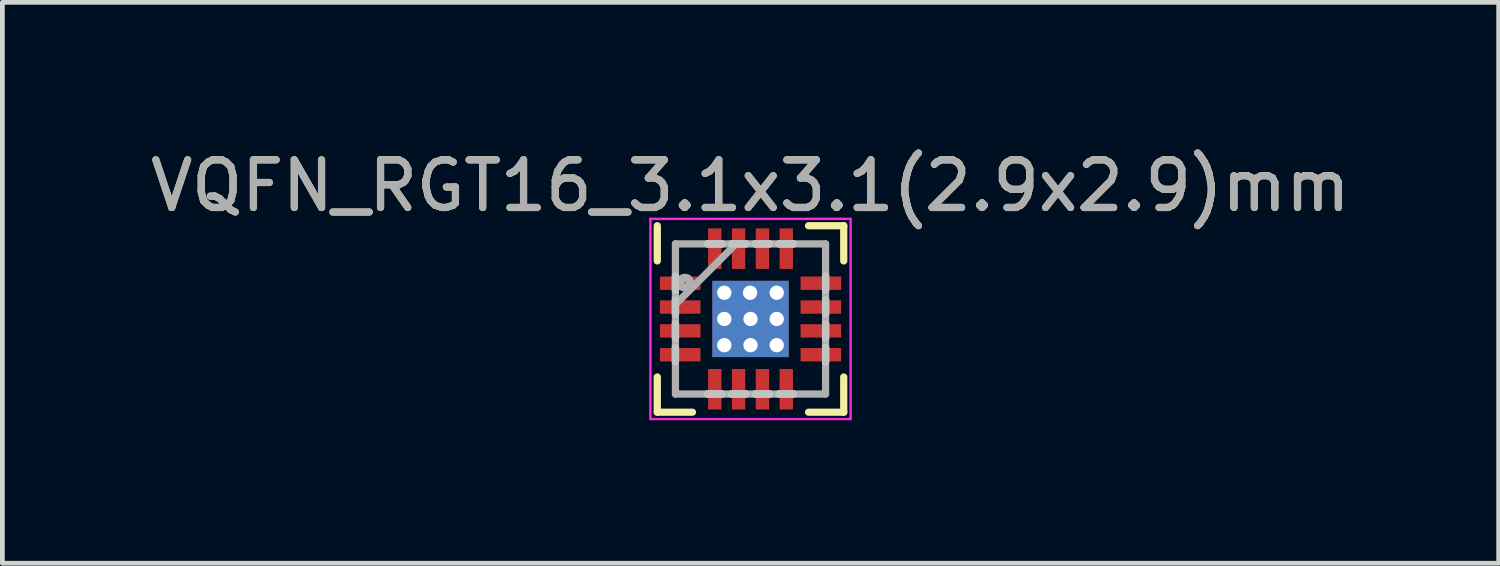
<source format=kicad_pcb>
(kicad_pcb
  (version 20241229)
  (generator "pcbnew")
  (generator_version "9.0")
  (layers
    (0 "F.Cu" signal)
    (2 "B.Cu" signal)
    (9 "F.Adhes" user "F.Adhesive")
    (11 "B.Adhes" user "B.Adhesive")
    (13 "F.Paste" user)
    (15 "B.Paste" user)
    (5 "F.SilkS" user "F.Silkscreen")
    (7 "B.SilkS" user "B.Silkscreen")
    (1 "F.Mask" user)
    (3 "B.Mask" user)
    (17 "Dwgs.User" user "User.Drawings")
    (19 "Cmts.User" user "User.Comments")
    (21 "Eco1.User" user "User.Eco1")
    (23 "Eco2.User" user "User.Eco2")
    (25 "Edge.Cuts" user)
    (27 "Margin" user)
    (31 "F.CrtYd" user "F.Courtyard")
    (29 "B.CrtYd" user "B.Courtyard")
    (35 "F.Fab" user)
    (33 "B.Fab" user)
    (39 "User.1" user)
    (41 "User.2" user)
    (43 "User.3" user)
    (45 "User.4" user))
  (footprint "VQFN_RGT16_3.1x3.1(2.9x2.9)mm"
    (layer "F.Cu")
    (at 12.696 3.642)
    (property "Reference" "VQFN_RGT16_3.1x3.1(2.9x2.9)mm" (at 0 -2.794 0) (layer "F.SilkS") (effects (font (size 1 1) (thickness 0.15))))
    (attr through_hole)
    (fp_line (start -1.956 -1.956) (end -1.956 -1.218) (stroke (width 0.152) (type solid)) (layer "F.SilkS"))
    (fp_line (start -1.956 1.218) (end -1.956 1.956) (stroke (width 0.152) (type solid)) (layer "F.SilkS"))
    (fp_line (start -1.956 1.956) (end -1.218 1.956) (stroke (width 0.152) (type solid)) (layer "F.SilkS"))
    (fp_line (start 1.218 1.956) (end 1.956 1.956) (stroke (width 0.152) (type solid)) (layer "F.SilkS"))
    (fp_line (start 1.956 -1.956) (end 1.218 -1.956) (stroke (width 0.152) (type solid)) (layer "F.SilkS"))
    (fp_line (start 1.956 -1.218) (end 1.956 -1.956) (stroke (width 0.152) (type solid)) (layer "F.SilkS"))
    (fp_line (start 1.956 1.956) (end 1.956 1.218) (stroke (width 0.152) (type solid)) (layer "F.SilkS"))
    (fp_line (start -1.575 -0.9) (end -1.575 -0.9) (stroke (width 0.152) (type solid)) (layer "Dwgs.User"))
    (fp_line (start -1.575 -0.9) (end -1.575 -0.6) (stroke (width 0.152) (type solid)) (layer "Dwgs.User"))
    (fp_line (start -1.575 -0.6) (end -1.575 -0.9) (stroke (width 0.152) (type solid)) (layer "Dwgs.User"))
    (fp_line (start -1.575 -0.6) (end -1.575 -0.6) (stroke (width 0.152) (type solid)) (layer "Dwgs.User"))
    (fp_line (start -1.575 -0.4) (end -1.575 -0.4) (stroke (width 0.152) (type solid)) (layer "Dwgs.User"))
    (fp_line (start -1.575 -0.4) (end -1.575 -0.1) (stroke (width 0.152) (type solid)) (layer "Dwgs.User"))
    (fp_line (start -1.575 -0.1) (end -1.575 -0.4) (stroke (width 0.152) (type solid)) (layer "Dwgs.User"))
    (fp_line (start -1.575 -0.1) (end -1.575 -0.1) (stroke (width 0.152) (type solid)) (layer "Dwgs.User"))
    (fp_line (start -1.575 0.1) (end -1.575 0.1) (stroke (width 0.152) (type solid)) (layer "Dwgs.User"))
    (fp_line (start -1.575 0.1) (end -1.575 0.4) (stroke (width 0.152) (type solid)) (layer "Dwgs.User"))
    (fp_line (start -1.575 0.4) (end -1.575 0.1) (stroke (width 0.152) (type solid)) (layer "Dwgs.User"))
    (fp_line (start -1.575 0.4) (end -1.575 0.4) (stroke (width 0.152) (type solid)) (layer "Dwgs.User"))
    (fp_line (start -1.575 0.6) (end -1.575 0.6) (stroke (width 0.152) (type solid)) (layer "Dwgs.User"))
    (fp_line (start -1.575 0.6) (end -1.575 0.9) (stroke (width 0.152) (type solid)) (layer "Dwgs.User"))
    (fp_line (start -1.575 0.9) (end -1.575 0.6) (stroke (width 0.152) (type solid)) (layer "Dwgs.User"))
    (fp_line (start -1.575 0.9) (end -1.575 0.9) (stroke (width 0.152) (type solid)) (layer "Dwgs.User"))
    (fp_line (start -0.9 -1.575) (end -0.9 -1.575) (stroke (width 0.152) (type solid)) (layer "Dwgs.User"))
    (fp_line (start -0.9 -1.575) (end -0.6 -1.575) (stroke (width 0.152) (type solid)) (layer "Dwgs.User"))
    (fp_line (start -0.9 1.575) (end -0.9 1.575) (stroke (width 0.152) (type solid)) (layer "Dwgs.User"))
    (fp_line (start -0.9 1.575) (end -0.6 1.575) (stroke (width 0.152) (type solid)) (layer "Dwgs.User"))
    (fp_line (start -0.6 -1.575) (end -0.9 -1.575) (stroke (width 0.152) (type solid)) (layer "Dwgs.User"))
    (fp_line (start -0.6 -1.575) (end -0.6 -1.575) (stroke (width 0.152) (type solid)) (layer "Dwgs.User"))
    (fp_line (start -0.6 1.575) (end -0.9 1.575) (stroke (width 0.152) (type solid)) (layer "Dwgs.User"))
    (fp_line (start -0.6 1.575) (end -0.6 1.575) (stroke (width 0.152) (type solid)) (layer "Dwgs.User"))
    (fp_line (start -0.4 -1.575) (end -0.4 -1.575) (stroke (width 0.152) (type solid)) (layer "Dwgs.User"))
    (fp_line (start -0.4 -1.575) (end -0.1 -1.575) (stroke (width 0.152) (type solid)) (layer "Dwgs.User"))
    (fp_line (start -0.4 1.575) (end -0.4 1.575) (stroke (width 0.152) (type solid)) (layer "Dwgs.User"))
    (fp_line (start -0.4 1.575) (end -0.1 1.575) (stroke (width 0.152) (type solid)) (layer "Dwgs.User"))
    (fp_line (start -0.1 -1.575) (end -0.4 -1.575) (stroke (width 0.152) (type solid)) (layer "Dwgs.User"))
    (fp_line (start -0.1 -1.575) (end -0.1 -1.575) (stroke (width 0.152) (type solid)) (layer "Dwgs.User"))
    (fp_line (start -0.1 1.575) (end -0.4 1.575) (stroke (width 0.152) (type solid)) (layer "Dwgs.User"))
    (fp_line (start -0.1 1.575) (end -0.1 1.575) (stroke (width 0.152) (type solid)) (layer "Dwgs.User"))
    (fp_line (start 0.1 -1.575) (end 0.1 -1.575) (stroke (width 0.152) (type solid)) (layer "Dwgs.User"))
    (fp_line (start 0.1 -1.575) (end 0.4 -1.575) (stroke (width 0.152) (type solid)) (layer "Dwgs.User"))
    (fp_line (start 0.1 1.575) (end 0.1 1.575) (stroke (width 0.152) (type solid)) (layer "Dwgs.User"))
    (fp_line (start 0.1 1.575) (end 0.4 1.575) (stroke (width 0.152) (type solid)) (layer "Dwgs.User"))
    (fp_line (start 0.4 -1.575) (end 0.1 -1.575) (stroke (width 0.152) (type solid)) (layer "Dwgs.User"))
    (fp_line (start 0.4 -1.575) (end 0.4 -1.575) (stroke (width 0.152) (type solid)) (layer "Dwgs.User"))
    (fp_line (start 0.4 1.575) (end 0.1 1.575) (stroke (width 0.152) (type solid)) (layer "Dwgs.User"))
    (fp_line (start 0.4 1.575) (end 0.4 1.575) (stroke (width 0.152) (type solid)) (layer "Dwgs.User"))
    (fp_line (start 0.6 -1.575) (end 0.6 -1.575) (stroke (width 0.152) (type solid)) (layer "Dwgs.User"))
    (fp_line (start 0.6 -1.575) (end 0.9 -1.575) (stroke (width 0.152) (type solid)) (layer "Dwgs.User"))
    (fp_line (start 0.6 1.575) (end 0.6 1.575) (stroke (width 0.152) (type solid)) (layer "Dwgs.User"))
    (fp_line (start 0.6 1.575) (end 0.9 1.575) (stroke (width 0.152) (type solid)) (layer "Dwgs.User"))
    (fp_line (start 0.9 -1.575) (end 0.6 -1.575) (stroke (width 0.152) (type solid)) (layer "Dwgs.User"))
    (fp_line (start 0.9 -1.575) (end 0.9 -1.575) (stroke (width 0.152) (type solid)) (layer "Dwgs.User"))
    (fp_line (start 0.9 1.575) (end 0.6 1.575) (stroke (width 0.152) (type solid)) (layer "Dwgs.User"))
    (fp_line (start 0.9 1.575) (end 0.9 1.575) (stroke (width 0.152) (type solid)) (layer "Dwgs.User"))
    (fp_line (start 1.575 -0.9) (end 1.575 -0.9) (stroke (width 0.152) (type solid)) (layer "Dwgs.User"))
    (fp_line (start 1.575 -0.9) (end 1.575 -0.6) (stroke (width 0.152) (type solid)) (layer "Dwgs.User"))
    (fp_line (start 1.575 -0.6) (end 1.575 -0.9) (stroke (width 0.152) (type solid)) (layer "Dwgs.User"))
    (fp_line (start 1.575 -0.6) (end 1.575 -0.6) (stroke (width 0.152) (type solid)) (layer "Dwgs.User"))
    (fp_line (start 1.575 -0.4) (end 1.575 -0.4) (stroke (width 0.152) (type solid)) (layer "Dwgs.User"))
    (fp_line (start 1.575 -0.4) (end 1.575 -0.1) (stroke (width 0.152) (type solid)) (layer "Dwgs.User"))
    (fp_line (start 1.575 -0.1) (end 1.575 -0.4) (stroke (width 0.152) (type solid)) (layer "Dwgs.User"))
    (fp_line (start 1.575 -0.1) (end 1.575 -0.1) (stroke (width 0.152) (type solid)) (layer "Dwgs.User"))
    (fp_line (start 1.575 0.1) (end 1.575 0.1) (stroke (width 0.152) (type solid)) (layer "Dwgs.User"))
    (fp_line (start 1.575 0.1) (end 1.575 0.4) (stroke (width 0.152) (type solid)) (layer "Dwgs.User"))
    (fp_line (start 1.575 0.4) (end 1.575 0.1) (stroke (width 0.152) (type solid)) (layer "Dwgs.User"))
    (fp_line (start 1.575 0.4) (end 1.575 0.4) (stroke (width 0.152) (type solid)) (layer "Dwgs.User"))
    (fp_line (start 1.575 0.6) (end 1.575 0.6) (stroke (width 0.152) (type solid)) (layer "Dwgs.User"))
    (fp_line (start 1.575 0.6) (end 1.575 0.9) (stroke (width 0.152) (type solid)) (layer "Dwgs.User"))
    (fp_line (start 1.575 0.9) (end 1.575 0.6) (stroke (width 0.152) (type solid)) (layer "Dwgs.User"))
    (fp_line (start 1.575 0.9) (end 1.575 0.9) (stroke (width 0.152) (type solid)) (layer "Dwgs.User"))
    (fp_line (start -2.1 -2.1) (end 2.1 -2.1) (stroke (width 0.05) (type solid)) (layer "F.CrtYd"))
    (fp_line (start -2.1 2.1) (end -2.1 -2.1) (stroke (width 0.05) (type solid)) (layer "F.CrtYd"))
    (fp_line (start 2.1 -2.1) (end 2.1 2.1) (stroke (width 0.05) (type solid)) (layer "F.CrtYd"))
    (fp_line (start 2.1 2.1) (end -2.1 2.1) (stroke (width 0.05) (type solid)) (layer "F.CrtYd"))
    (fp_line (start -1.575 -1.575) (end -1.575 1.575) (stroke (width 0.152) (type solid)) (layer "F.Fab"))
    (fp_line (start -1.575 -0.305) (end -0.305 -1.575) (stroke (width 0.152) (type solid)) (layer "F.Fab"))
    (fp_line (start -1.575 1.575) (end 1.575 1.575) (stroke (width 0.152) (type solid)) (layer "F.Fab"))
    (fp_line (start 1.575 -1.575) (end -1.575 -1.575) (stroke (width 0.152) (type solid)) (layer "F.Fab"))
    (fp_line (start 1.575 1.575) (end 1.575 -1.575) (stroke (width 0.152) (type solid)) (layer "F.Fab"))
    (fp_circle (center -1.397 -0.762) (end -1.346 -0.787) (stroke (width 0.12) (type solid)) (fill no) (layer "F.Fab"))
    (fp_circle (center -1.372 -0.762) (end -1.295 -0.762) (stroke (width 0.12) (type solid)) (fill no) (layer "F.Fab"))
    (fp_circle (center -1.372 -0.762) (end -1.245 -0.762) (stroke (width 0.12) (type solid)) (fill no) (layer "F.Fab"))
    (fp_text user "${REFERENCE}" (at 0 -2.794 0) (layer "F.Fab") (effects (font (size 1 1) (thickness 0.15))))
    (pad "" smd rect (at 0 0) (size 0.025 0.025) (layers "F.Mask"))
    (pad "" smd rect (at 0 0) (size 0.025 0.025) (layers "F.Paste"))
    (pad "1" smd rect (at -1.475 -0.75 90) (size 0.28 0.85) (layers "F.Cu" "F.Mask" "F.Paste"))
    (pad "2" smd rect (at -1.475 -0.25 90) (size 0.28 0.85) (layers "F.Cu" "F.Mask" "F.Paste"))
    (pad "3" smd rect (at -1.475 0.25 90) (size 0.28 0.85) (layers "F.Cu" "F.Mask" "F.Paste"))
    (pad "4" smd rect (at -1.475 0.75 90) (size 0.28 0.85) (layers "F.Cu" "F.Mask" "F.Paste"))
    (pad "5" smd rect (at -0.75 1.475) (size 0.28 0.85) (layers "F.Cu" "F.Mask" "F.Paste"))
    (pad "6" smd rect (at -0.25 1.475) (size 0.28 0.85) (layers "F.Cu" "F.Mask" "F.Paste"))
    (pad "7" smd rect (at 0.25 1.475) (size 0.28 0.85) (layers "F.Cu" "F.Mask" "F.Paste"))
    (pad "8" smd rect (at 0.75 1.475) (size 0.28 0.85) (layers "F.Cu" "F.Mask" "F.Paste"))
    (pad "9" smd rect (at 1.475 0.75 90) (size 0.28 0.85) (layers "F.Cu" "F.Mask" "F.Paste"))
    (pad "10" smd rect (at 1.475 0.25 90) (size 0.28 0.85) (layers "F.Cu" "F.Mask" "F.Paste"))
    (pad "11" smd rect (at 1.475 -0.25 90) (size 0.28 0.85) (layers "F.Cu" "F.Mask" "F.Paste"))
    (pad "12" smd rect (at 1.475 -0.75 90) (size 0.28 0.85) (layers "F.Cu" "F.Mask" "F.Paste"))
    (pad "13" smd rect (at 0.75 -1.475) (size 0.28 0.85) (layers "F.Cu" "F.Mask" "F.Paste"))
    (pad "14" smd rect (at 0.25 -1.475) (size 0.28 0.85) (layers "F.Cu" "F.Mask" "F.Paste"))
    (pad "15" smd rect (at -0.25 -1.475) (size 0.28 0.85) (layers "F.Cu" "F.Mask" "F.Paste"))
    (pad "16" smd rect (at -0.75 -1.475) (size 0.28 0.85) (layers "F.Cu" "F.Mask" "F.Paste"))
    (pad "17" thru_hole circle (at -0.55 -0.55) (size 0.4 0.4) (drill 0.3) (layers "*.Cu" "F.Mask"))
    (pad "17" thru_hole circle (at -0.55 0) (size 0.4 0.4) (drill 0.3) (layers "*.Cu" "F.Mask"))
    (pad "17" thru_hole circle (at -0.55 0.55) (size 0.4 0.4) (drill 0.3) (layers "*.Cu" "F.Mask"))
    (pad "17" thru_hole circle (at -0.009 -0.55) (size 0.4 0.4) (drill 0.3) (layers "*.Cu" "F.Mask"))
    (pad "17" thru_hole circle (at 0 0) (size 0.4 0.4) (drill 0.3) (layers "*.Cu" "F.Mask"))
    (pad "17" smd rect (at 0 0) (size 1.6 1.6) (layers "F.Cu" "F.Mask" "F.Paste"))
    (pad "17" smd rect (at 0 0) (size 1.6 1.6) (layers "B.Cu"))
    (pad "17" thru_hole circle (at 0 0.55) (size 0.4 0.4) (drill 0.3) (layers "*.Cu" "F.Mask"))
    (pad "17" thru_hole circle (at 0.55 -0.55) (size 0.4 0.4) (drill 0.3) (layers "*.Cu" "F.Mask"))
    (pad "17" thru_hole circle (at 0.55 0) (size 0.4 0.4) (drill 0.3) (layers "*.Cu" "F.Mask"))
    (pad "17" thru_hole circle (at 0.55 0.55) (size 0.4 0.4) (drill 0.3) (layers "*.Cu" "F.Mask")))
  (gr_rect
    (start -3 -3)
    (end 28.393 8.767)
    (stroke (width 0.1) (type default))
    (fill no)
    (layer "Edge.Cuts")))
</source>
